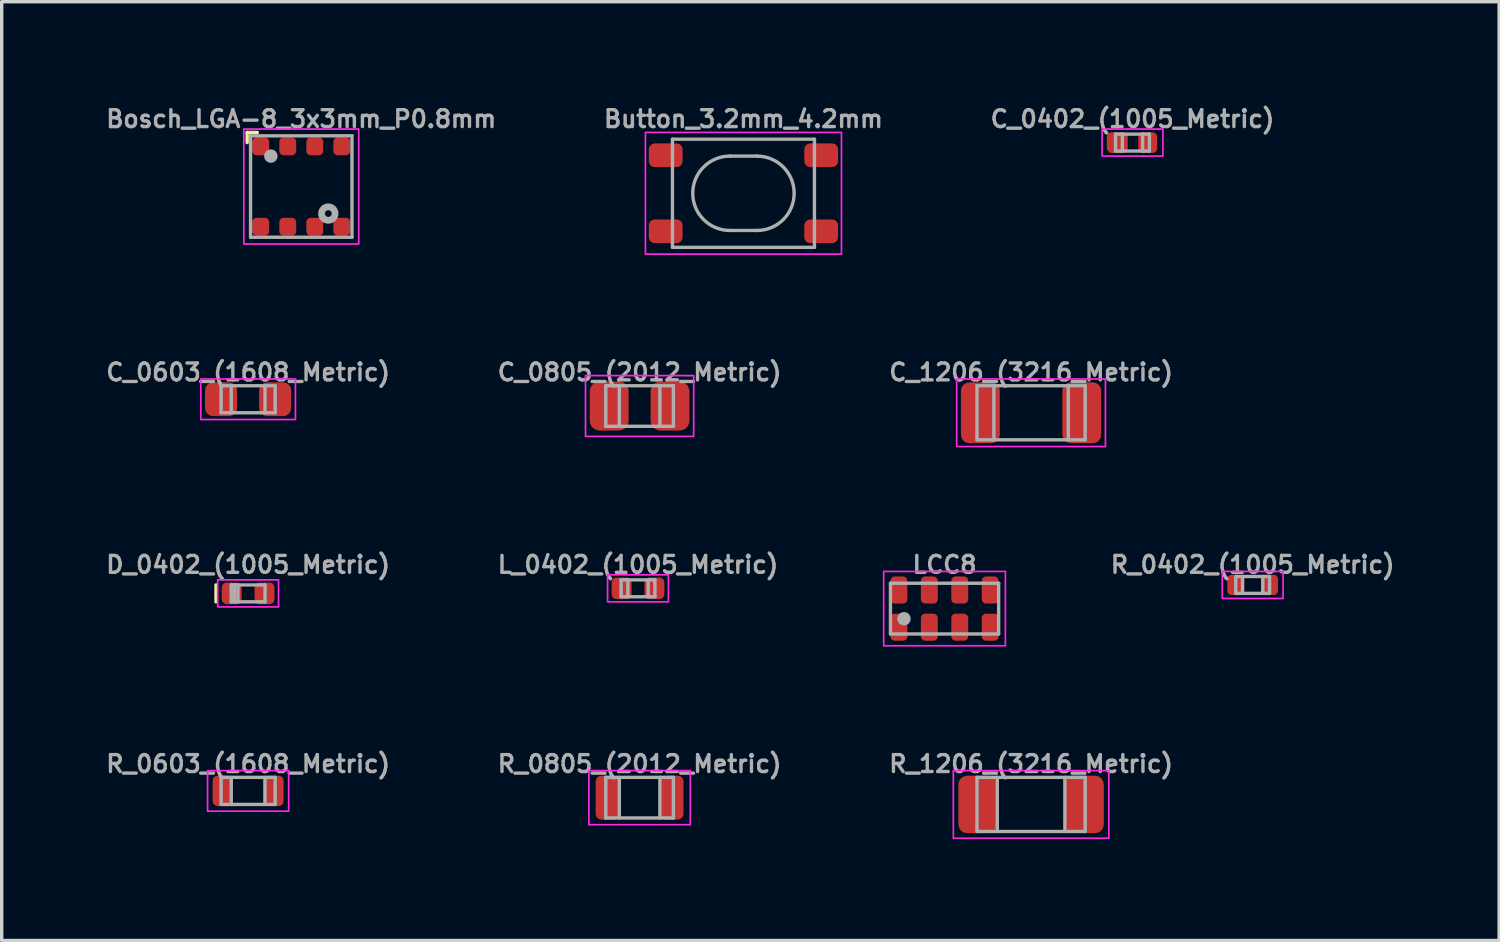
<source format=kicad_pcb>
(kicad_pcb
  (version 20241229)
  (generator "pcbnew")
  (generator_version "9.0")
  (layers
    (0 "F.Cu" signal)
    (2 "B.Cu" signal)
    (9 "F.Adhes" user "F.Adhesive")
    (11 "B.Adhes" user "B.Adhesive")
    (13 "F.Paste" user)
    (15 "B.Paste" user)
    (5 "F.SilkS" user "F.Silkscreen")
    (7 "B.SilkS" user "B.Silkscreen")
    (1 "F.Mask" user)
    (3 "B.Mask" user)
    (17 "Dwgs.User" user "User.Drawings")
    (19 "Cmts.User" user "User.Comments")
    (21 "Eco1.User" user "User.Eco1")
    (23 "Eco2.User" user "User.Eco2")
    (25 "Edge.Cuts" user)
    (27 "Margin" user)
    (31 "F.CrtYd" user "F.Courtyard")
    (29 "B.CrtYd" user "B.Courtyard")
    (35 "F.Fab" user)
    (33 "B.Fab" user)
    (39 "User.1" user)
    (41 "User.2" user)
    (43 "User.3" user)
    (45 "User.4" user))
  (footprint "C_0805_(2012_Metric)"
    (layer "F.Cu")
    (at 15.871 8.961)
    (property "Reference" "C_0805_(2012_Metric)" (at 0 -1 0) (layer "F.Fab") (effects (font (size 0.5 0.5) (thickness 0.1))))
    (attr smd)
    (fp_rect (start -1.6 -0.9) (end 1.6 0.9) (stroke (width 0.05) (type solid)) (fill no) (layer "F.CrtYd"))
    (fp_line (start -1 -0.6) (end 1 -0.6) (stroke (width 0.1) (type solid)) (layer "F.Fab"))
    (fp_line (start -1 0.6) (end -1 -0.6) (stroke (width 0.1) (type solid)) (layer "F.Fab"))
    (fp_line (start -0.6 -0.6) (end -0.6 0.6) (stroke (width 0.1) (type solid)) (layer "F.Fab"))
    (fp_line (start 0.6 -0.6) (end 0.6 0.6) (stroke (width 0.1) (type solid)) (layer "F.Fab"))
    (fp_line (start 1 -0.6) (end 1 0.6) (stroke (width 0.1) (type solid)) (layer "F.Fab"))
    (fp_line (start 1 0.6) (end -1 0.6) (stroke (width 0.1) (type solid)) (layer "F.Fab"))
    (pad "1" smd roundrect (at -0.9 0) (size 1.15 1.45) (layers "F.Cu" "F.Mask" "F.Paste") (roundrect_rratio 0.25))
    (pad "2" smd roundrect (at 0.9 0) (size 1.15 1.45) (layers "F.Cu" "F.Mask" "F.Paste") (roundrect_rratio 0.25)))
  (footprint "Button_3.2mm_4.2mm"
    (layer "F.Cu")
    (at 18.943 2.668)
    (property "Reference" "Button_3.2mm_4.2mm" (at 0 -2.2 0) (unlocked yes) (layer "F.Fab") (effects (font (size 0.5 0.5) (thickness 0.1))))
    (attr smd)
    (fp_rect (start -2.9 -1.8) (end 2.9 1.8) (stroke (width 0.05) (type default)) (fill no) (layer "F.CrtYd"))
    (fp_line (start -2.1 -1.6) (end -2.1 1.6) (stroke (width 0.1) (type solid)) (layer "F.Fab"))
    (fp_line (start -2.1 1.6) (end 2.1 1.6) (stroke (width 0.1) (type solid)) (layer "F.Fab"))
    (fp_line (start -0.4 -1.1) (end 0.4 -1.1) (stroke (width 0.1) (type solid)) (layer "F.Fab"))
    (fp_line (start 0.4 1.1) (end -0.4 1.1) (stroke (width 0.1) (type solid)) (layer "F.Fab"))
    (fp_line (start 2.1 -1.6) (end -2.1 -1.6) (stroke (width 0.1) (type solid)) (layer "F.Fab"))
    (fp_line (start 2.1 1.6) (end 2.1 -1.6) (stroke (width 0.1) (type solid)) (layer "F.Fab"))
    (fp_arc (start -0.4 1.1) (mid -1.5 0) (end -0.4 -1.1) (stroke (width 0.1) (type solid)) (layer "F.Fab"))
    (fp_arc (start 0.4 -1.1) (mid 1.5 0) (end 0.4 1.1) (stroke (width 0.1) (type solid)) (layer "F.Fab"))
    (pad "1" smd roundrect (at -2.3 1.125 180) (size 1 0.7) (layers "F.Cu" "F.Mask" "F.Paste") (roundrect_rratio 0.25))
    (pad "1" smd roundrect (at 2.3 1.125 180) (size 1 0.7) (layers "F.Cu" "F.Mask" "F.Paste") (roundrect_rratio 0.25))
    (pad "2" smd roundrect (at -2.3 -1.125 180) (size 1 0.7) (layers "F.Cu" "F.Mask" "F.Paste") (roundrect_rratio 0.25))
    (pad "2" smd roundrect (at 2.3 -1.125 180) (size 1 0.7) (layers "F.Cu" "F.Mask" "F.Paste") (roundrect_rratio 0.25)))
  (footprint "D_0402_(1005_Metric)"
    (layer "F.Cu")
    (at 4.29 14.504)
    (property "Reference" "D_0402_(1005_Metric)" (at 0 -0.85 0) (layer "F.Fab") (effects (font (size 0.5 0.5) (thickness 0.1))))
    (attr smd)
    (fp_line (start -0.95 -0.25) (end -0.95 0.25) (stroke (width 0.1) (type default)) (layer "F.SilkS"))
    (fp_rect (start -0.9 -0.4) (end 0.9 0.4) (stroke (width 0.05) (type default)) (fill no) (layer "F.CrtYd"))
    (fp_line (start -0.5 -0.25) (end 0.5 -0.25) (stroke (width 0.1) (type solid)) (layer "F.Fab"))
    (fp_line (start -0.5 0.25) (end -0.5 -0.25) (stroke (width 0.1) (type solid)) (layer "F.Fab"))
    (fp_line (start -0.4 0.25) (end -0.4 -0.25) (stroke (width 0.1) (type solid)) (layer "F.Fab"))
    (fp_line (start -0.3 0.25) (end -0.3 -0.25) (stroke (width 0.1) (type solid)) (layer "F.Fab"))
    (fp_line (start 0.5 -0.25) (end 0.5 0.25) (stroke (width 0.1) (type solid)) (layer "F.Fab"))
    (fp_line (start 0.5 0.25) (end -0.5 0.25) (stroke (width 0.1) (type solid)) (layer "F.Fab"))
    (pad "1" smd roundrect (at -0.485 0) (size 0.59 0.64) (layers "F.Cu" "F.Mask" "F.Paste") (roundrect_rratio 0.25))
    (pad "2" smd roundrect (at 0.485 0) (size 0.59 0.64) (layers "F.Cu" "F.Mask" "F.Paste") (roundrect_rratio 0.25)))
  (footprint "R_0805_(2012_Metric)"
    (layer "F.Cu")
    (at 15.871 20.547)
    (property "Reference" "R_0805_(2012_Metric)" (at 0 -1 0) (layer "F.Fab") (effects (font (size 0.5 0.5) (thickness 0.1))))
    (attr smd)
    (fp_rect (start -1.5 -0.8) (end 1.5 0.8) (stroke (width 0.05) (type solid)) (fill no) (layer "F.CrtYd"))
    (fp_line (start -1 -0.6) (end 1 -0.6) (stroke (width 0.1) (type solid)) (layer "F.Fab"))
    (fp_line (start -1 0.6) (end -1 -0.6) (stroke (width 0.1) (type solid)) (layer "F.Fab"))
    (fp_line (start -0.6 0.6) (end -0.6 -0.6) (stroke (width 0.1) (type solid)) (layer "F.Fab"))
    (fp_line (start 0.6 0.6) (end 0.6 -0.6) (stroke (width 0.1) (type solid)) (layer "F.Fab"))
    (fp_line (start 1 -0.6) (end 1 0.6) (stroke (width 0.1) (type solid)) (layer "F.Fab"))
    (fp_line (start 1 0.6) (end -1 0.6) (stroke (width 0.1) (type solid)) (layer "F.Fab"))
    (pad "1" smd roundrect (at -0.95 0) (size 0.7 1.3) (layers "F.Cu" "F.Mask" "F.Paste") (roundrect_rratio 0.244))
    (pad "2" smd roundrect (at 0.95 0) (size 0.7 1.3) (layers "F.Cu" "F.Mask" "F.Paste") (roundrect_rratio 0.244)))
  (footprint "C_0603_(1608_Metric)"
    (layer "F.Cu")
    (at 4.29 8.761)
    (property "Reference" "C_0603_(1608_Metric)" (at 0 -0.8 0) (unlocked yes) (layer "F.Fab") (effects (font (size 0.5 0.5) (thickness 0.1))))
    (attr smd)
    (fp_rect (start -1.4 0.6) (end 1.4 -0.6) (stroke (width 0.05) (type solid)) (fill no) (layer "F.CrtYd"))
    (fp_line (start -0.8 -0.4) (end 0.8 -0.4) (stroke (width 0.1) (type solid)) (layer "F.Fab"))
    (fp_line (start -0.8 0.4) (end -0.8 -0.4) (stroke (width 0.1) (type solid)) (layer "F.Fab"))
    (fp_line (start -0.5 -0.4) (end -0.5 0.4) (stroke (width 0.1) (type solid)) (layer "F.Fab"))
    (fp_line (start 0.5 -0.4) (end 0.5 0.4) (stroke (width 0.1) (type solid)) (layer "F.Fab"))
    (fp_line (start 0.8 -0.4) (end 0.8 0.4) (stroke (width 0.1) (type solid)) (layer "F.Fab"))
    (fp_line (start 0.8 0.4) (end -0.8 0.4) (stroke (width 0.1) (type solid)) (layer "F.Fab"))
    (pad "1" smd roundrect (at -0.8 0) (size 0.95 1) (layers "F.Cu" "F.Mask" "F.Paste") (roundrect_rratio 0.25))
    (pad "2" smd roundrect (at 0.8 0) (size 0.95 1) (layers "F.Cu" "F.Mask" "F.Paste") (roundrect_rratio 0.25)))
  (footprint "R_0402_(1005_Metric)"
    (layer "F.Cu")
    (at 34.007 14.254)
    (property "Reference" "R_0402_(1005_Metric)" (at 0 -0.6 0) (unlocked yes) (layer "F.Fab") (effects (font (size 0.5 0.5) (thickness 0.1))))
    (attr smd)
    (fp_rect (start -0.9 -0.4) (end 0.9 0.4) (stroke (width 0.05) (type solid)) (fill no) (layer "F.CrtYd"))
    (fp_line (start -0.5 -0.25) (end 0.5 -0.25) (stroke (width 0.1) (type solid)) (layer "F.Fab"))
    (fp_line (start -0.5 0.25) (end -0.5 -0.25) (stroke (width 0.1) (type solid)) (layer "F.Fab"))
    (fp_line (start -0.3 -0.25) (end -0.3 0.25) (stroke (width 0.1) (type solid)) (layer "F.Fab"))
    (fp_line (start 0.3 -0.25) (end 0.3 0.25) (stroke (width 0.1) (type solid)) (layer "F.Fab"))
    (fp_line (start 0.5 -0.25) (end 0.5 0.25) (stroke (width 0.1) (type solid)) (layer "F.Fab"))
    (fp_line (start 0.5 0.25) (end -0.5 0.25) (stroke (width 0.1) (type solid)) (layer "F.Fab"))
    (pad "1" smd roundrect (at -0.5 0) (size 0.5 0.6) (layers "F.Cu" "F.Mask" "F.Paste") (roundrect_rratio 0.25))
    (pad "2" smd roundrect (at 0.5 0) (size 0.5 0.6) (layers "F.Cu" "F.Mask" "F.Paste") (roundrect_rratio 0.25)))
  (footprint "C_0402_(1005_Metric)"
    (layer "F.Cu")
    (at 30.452 1.168)
    (property "Reference" "C_0402_(1005_Metric)" (at 0 -0.7 0) (unlocked yes) (layer "F.Fab") (effects (font (size 0.5 0.5) (thickness 0.1))))
    (attr smd)
    (fp_rect (start -0.9 0.4) (end 0.9 -0.4) (stroke (width 0.05) (type solid)) (fill no) (layer "F.CrtYd"))
    (fp_line (start -0.5 -0.25) (end 0.5 -0.25) (stroke (width 0.1) (type solid)) (layer "F.Fab"))
    (fp_line (start -0.5 0.25) (end -0.5 -0.25) (stroke (width 0.1) (type solid)) (layer "F.Fab"))
    (fp_line (start -0.3 -0.25) (end -0.3 0.25) (stroke (width 0.1) (type solid)) (layer "F.Fab"))
    (fp_line (start 0.3 -0.25) (end 0.3 0.25) (stroke (width 0.1) (type solid)) (layer "F.Fab"))
    (fp_line (start 0.5 -0.25) (end 0.5 0.25) (stroke (width 0.1) (type solid)) (layer "F.Fab"))
    (fp_line (start 0.5 0.25) (end -0.5 0.25) (stroke (width 0.1) (type solid)) (layer "F.Fab"))
    (pad "1" smd roundrect (at -0.45 0) (size 0.62 0.62) (layers "F.Cu" "F.Mask" "F.Paste") (roundrect_rratio 0.25))
    (pad "2" smd roundrect (at 0.45 0) (size 0.56 0.62) (layers "F.Cu" "F.Mask" "F.Paste") (roundrect_rratio 0.25)))
  (footprint "Bosch_LGA-8_3x3mm_P0.8mm"
    (layer "F.Cu")
    (at 5.862 2.468)
    (property "Reference" "Bosch_LGA-8_3x3mm_P0.8mm" (at 0 -2 0) (layer "F.Fab") (effects (font (size 0.5 0.5) (thickness 0.1))))
    (attr smd)
    (fp_line (start -1.6 -1.6) (end -1.6 -1.3) (stroke (width 0.1) (type default)) (layer "F.SilkS"))
    (fp_line (start -1.3 -1.6) (end -1.6 -1.6) (stroke (width 0.1) (type default)) (layer "F.SilkS"))
    (fp_rect (start -1.7 -1.7) (end 1.7 1.7) (stroke (width 0.05) (type default)) (fill no) (layer "F.CrtYd"))
    (fp_line (start -1.5 -1.5) (end 1.5 -1.5) (stroke (width 0.1) (type solid)) (layer "F.Fab"))
    (fp_line (start -1.5 1.5) (end -1.5 -1.5) (stroke (width 0.1) (type solid)) (layer "F.Fab"))
    (fp_line (start 1.5 -1.5) (end 1.5 1.5) (stroke (width 0.1) (type solid)) (layer "F.Fab"))
    (fp_line (start 1.5 1.5) (end -1.5 1.5) (stroke (width 0.1) (type solid)) (layer "F.Fab"))
    (fp_circle (center -0.9 -0.9) (end -0.8 -0.9) (stroke (width 0.2) (type default)) (fill no) (layer "F.Fab"))
    (fp_circle (center 0.8 0.8) (end 1 0.8) (stroke (width 0.2) (type default)) (fill no) (layer "F.Fab"))
    (pad "1" smd roundrect (at -1.2 -1.188) (size 0.5 0.525) (layers "F.Cu" "F.Mask" "F.Paste") (roundrect_rratio 0.25))
    (pad "2" smd roundrect (at -0.4 -1.188) (size 0.5 0.525) (layers "F.Cu" "F.Mask" "F.Paste") (roundrect_rratio 0.25))
    (pad "3" smd roundrect (at 0.4 -1.188) (size 0.5 0.525) (layers "F.Cu" "F.Mask" "F.Paste") (roundrect_rratio 0.25))
    (pad "4" smd roundrect (at 1.2 -1.188) (size 0.5 0.525) (layers "F.Cu" "F.Mask" "F.Paste") (roundrect_rratio 0.25))
    (pad "5" smd roundrect (at 1.2 1.188) (size 0.5 0.525) (layers "F.Cu" "F.Mask" "F.Paste") (roundrect_rratio 0.25))
    (pad "6" smd roundrect (at 0.4 1.188) (size 0.5 0.525) (layers "F.Cu" "F.Mask" "F.Paste") (roundrect_rratio 0.25))
    (pad "7" smd roundrect (at -0.4 1.188) (size 0.5 0.525) (layers "F.Cu" "F.Mask" "F.Paste") (roundrect_rratio 0.25))
    (pad "8" smd roundrect (at -1.2 1.188) (size 0.5 0.525) (layers "F.Cu" "F.Mask" "F.Paste") (roundrect_rratio 0.25)))
  (footprint "R_0603_(1608_Metric)"
    (layer "F.Cu")
    (at 4.29 20.347)
    (property "Reference" "R_0603_(1608_Metric)" (at 0 -0.8 0) (unlocked yes) (layer "F.Fab") (effects (font (size 0.5 0.5) (thickness 0.1))))
    (attr smd)
    (fp_rect (start -1.2 -0.6) (end 1.2 0.6) (stroke (width 0.05) (type solid)) (fill no) (layer "F.CrtYd"))
    (fp_line (start -0.8 -0.4) (end 0.8 -0.4) (stroke (width 0.1) (type solid)) (layer "F.Fab"))
    (fp_line (start -0.8 0.4) (end -0.8 -0.4) (stroke (width 0.1) (type solid)) (layer "F.Fab"))
    (fp_line (start -0.5 -0.4) (end -0.5 0.4) (stroke (width 0.1) (type solid)) (layer "F.Fab"))
    (fp_line (start 0.5 -0.4) (end 0.5 0.4) (stroke (width 0.1) (type solid)) (layer "F.Fab"))
    (fp_line (start 0.8 -0.4) (end 0.8 0.4) (stroke (width 0.1) (type solid)) (layer "F.Fab"))
    (fp_line (start 0.8 0.4) (end -0.8 0.4) (stroke (width 0.1) (type solid)) (layer "F.Fab"))
    (pad "1" smd roundrect (at -0.75 0) (size 0.6 0.9) (layers "F.Cu" "F.Mask" "F.Paste") (roundrect_rratio 0.25))
    (pad "2" smd roundrect (at 0.75 0) (size 0.6 0.9) (layers "F.Cu" "F.Mask" "F.Paste") (roundrect_rratio 0.25)))
  (footprint "C_1206_(3216_Metric)"
    (layer "F.Cu")
    (at 27.452 9.161)
    (property "Reference" "C_1206_(3216_Metric)" (at 0 -1.2 0) (layer "F.Fab") (effects (font (size 0.5 0.5) (thickness 0.1))))
    (attr smd)
    (fp_rect (start -2.2 -1) (end 2.2 1) (stroke (width 0.05) (type solid)) (fill no) (layer "F.CrtYd"))
    (fp_line (start -1.6 -0.8) (end 1.6 -0.8) (stroke (width 0.1) (type solid)) (layer "F.Fab"))
    (fp_line (start -1.6 0.8) (end -1.6 -0.8) (stroke (width 0.1) (type solid)) (layer "F.Fab"))
    (fp_line (start -1.1 0.8) (end -1.1 -0.8) (stroke (width 0.1) (type solid)) (layer "F.Fab"))
    (fp_line (start 1.1 0.8) (end 1.1 -0.8) (stroke (width 0.1) (type solid)) (layer "F.Fab"))
    (fp_line (start 1.6 -0.8) (end 1.6 0.8) (stroke (width 0.1) (type solid)) (layer "F.Fab"))
    (fp_line (start 1.6 0.8) (end -1.6 0.8) (stroke (width 0.1) (type solid)) (layer "F.Fab"))
    (pad "1" smd roundrect (at -1.5 0) (size 1.15 1.8) (layers "F.Cu" "F.Mask" "F.Paste") (roundrect_rratio 0.217))
    (pad "2" smd roundrect (at 1.5 0) (size 1.15 1.8) (layers "F.Cu" "F.Mask" "F.Paste") (roundrect_rratio 0.217)))
  (footprint "LCC8"
    (layer "F.Cu")
    (at 24.892 14.954)
    (property "Reference" "LCC8" (at 0 -1.3 0) (unlocked yes) (layer "F.Fab") (effects (font (size 0.5 0.5) (thickness 0.1))))
    (attr through_hole)
    (fp_rect (start -1.8 -1.1) (end 1.8 1.1) (stroke (width 0.05) (type default)) (fill no) (layer "F.CrtYd"))
    (fp_line (start -1.6 -0.75) (end 1.6 -0.75) (stroke (width 0.1) (type solid)) (layer "F.Fab"))
    (fp_line (start -1.6 0.75) (end -1.6 -0.75) (stroke (width 0.1) (type solid)) (layer "F.Fab"))
    (fp_line (start 1.6 -0.75) (end 1.6 0.75) (stroke (width 0.1) (type solid)) (layer "F.Fab"))
    (fp_line (start 1.6 0.75) (end -1.6 0.75) (stroke (width 0.1) (type solid)) (layer "F.Fab"))
    (fp_circle (center -1.2 0.3) (end -1.1 0.3) (stroke (width 0.2) (type solid)) (fill no) (layer "F.Fab"))
    (pad "1" smd roundrect (at -1.35 0.55) (size 0.5 0.8) (layers "F.Cu" "F.Mask" "F.Paste") (roundrect_rratio 0.25))
    (pad "2" smd roundrect (at -0.45 0.55) (size 0.5 0.8) (layers "F.Cu" "F.Mask" "F.Paste") (roundrect_rratio 0.25))
    (pad "3" smd roundrect (at 0.45 0.55) (size 0.5 0.8) (layers "F.Cu" "F.Mask" "F.Paste") (roundrect_rratio 0.25))
    (pad "4" smd roundrect (at 1.35 0.55) (size 0.5 0.8) (layers "F.Cu" "F.Mask" "F.Paste") (roundrect_rratio 0.25))
    (pad "5" smd roundrect (at 1.35 -0.55) (size 0.5 0.8) (layers "F.Cu" "F.Mask" "F.Paste") (roundrect_rratio 0.25))
    (pad "6" smd roundrect (at 0.45 -0.55) (size 0.5 0.8) (layers "F.Cu" "F.Mask" "F.Paste") (roundrect_rratio 0.25))
    (pad "7" smd roundrect (at -0.45 -0.55) (size 0.5 0.8) (layers "F.Cu" "F.Mask" "F.Paste") (roundrect_rratio 0.25))
    (pad "8" smd roundrect (at -1.35 -0.55) (size 0.5 0.8) (layers "F.Cu" "F.Mask" "F.Paste") (roundrect_rratio 0.25)))
  (footprint "R_1206_(3216_Metric)"
    (layer "F.Cu")
    (at 27.452 20.747)
    (property "Reference" "R_1206_(3216_Metric)" (at 0 -1.2 0) (layer "F.Fab") (effects (font (size 0.5 0.5) (thickness 0.1) (bold yes))))
    (attr smd)
    (fp_rect (start -2.3 -1) (end 2.3 1) (stroke (width 0.05) (type solid)) (fill no) (layer "F.CrtYd"))
    (fp_line (start -1.6 -0.8) (end 1.6 -0.8) (stroke (width 0.1) (type solid)) (layer "F.Fab"))
    (fp_line (start -1.6 0.8) (end -1.6 -0.8) (stroke (width 0.1) (type solid)) (layer "F.Fab"))
    (fp_line (start -1 0.8) (end -1 -0.8) (stroke (width 0.1) (type solid)) (layer "F.Fab"))
    (fp_line (start 1 0.8) (end 1 -0.8) (stroke (width 0.1) (type solid)) (layer "F.Fab"))
    (fp_line (start 1.6 -0.8) (end 1.6 0.8) (stroke (width 0.1) (type solid)) (layer "F.Fab"))
    (fp_line (start 1.6 0.8) (end -1.6 0.8) (stroke (width 0.1) (type solid)) (layer "F.Fab"))
    (pad "1" smd roundrect (at -1.575 0) (size 1.15 1.7) (layers "F.Cu" "F.Mask" "F.Paste") (roundrect_rratio 0.222))
    (pad "2" smd roundrect (at 1.575 0) (size 1.15 1.7) (layers "F.Cu" "F.Mask" "F.Paste") (roundrect_rratio 0.222)))
  (footprint "L_0402_(1005_Metric)"
    (layer "F.Cu")
    (at 15.824 14.354)
    (property "Reference" "L_0402_(1005_Metric)" (at 0 -0.7 0) (layer "F.Fab") (effects (font (size 0.5 0.5) (thickness 0.1))))
    (attr smd)
    (fp_rect (start -0.9 0.4) (end 0.9 -0.4) (stroke (width 0.05) (type solid)) (fill no) (layer "F.CrtYd"))
    (fp_line (start -0.5 -0.25) (end 0.5 -0.25) (stroke (width 0.1) (type solid)) (layer "F.Fab"))
    (fp_line (start -0.5 0.25) (end -0.5 -0.25) (stroke (width 0.1) (type solid)) (layer "F.Fab"))
    (fp_line (start -0.3 0.25) (end -0.3 -0.25) (stroke (width 0.1) (type solid)) (layer "F.Fab"))
    (fp_line (start 0.3 0.25) (end 0.3 -0.25) (stroke (width 0.1) (type solid)) (layer "F.Fab"))
    (fp_line (start 0.5 -0.25) (end 0.5 0.25) (stroke (width 0.1) (type solid)) (layer "F.Fab"))
    (fp_line (start 0.5 0.25) (end -0.5 0.25) (stroke (width 0.1) (type solid)) (layer "F.Fab"))
    (pad "1" smd roundrect (at -0.485 0) (size 0.59 0.64) (layers "F.Cu" "F.Mask" "F.Paste") (roundrect_rratio 0.25))
    (pad "2" smd roundrect (at 0.485 0) (size 0.59 0.64) (layers "F.Cu" "F.Mask" "F.Paste") (roundrect_rratio 0.25)))
  (gr_rect
    (start -3 -3)
    (end 41.298 24.772)
    (stroke (width 0.1) (type default))
    (fill no)
    (layer "Edge.Cuts")))
</source>
